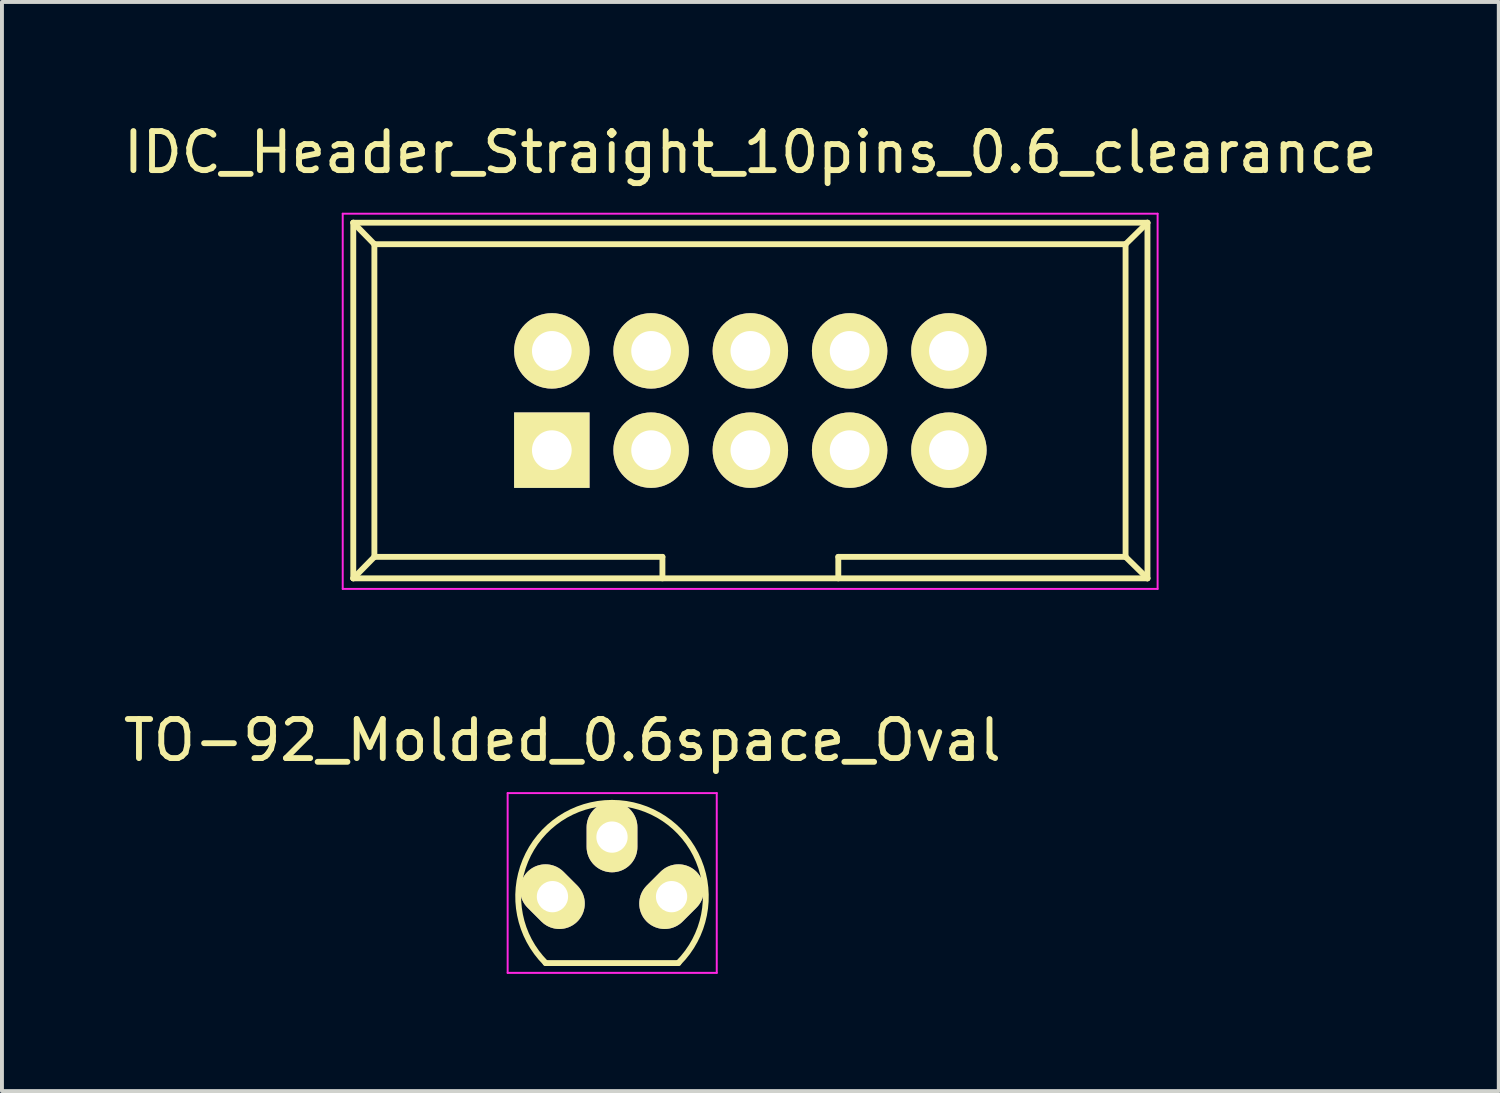
<source format=kicad_pcb>
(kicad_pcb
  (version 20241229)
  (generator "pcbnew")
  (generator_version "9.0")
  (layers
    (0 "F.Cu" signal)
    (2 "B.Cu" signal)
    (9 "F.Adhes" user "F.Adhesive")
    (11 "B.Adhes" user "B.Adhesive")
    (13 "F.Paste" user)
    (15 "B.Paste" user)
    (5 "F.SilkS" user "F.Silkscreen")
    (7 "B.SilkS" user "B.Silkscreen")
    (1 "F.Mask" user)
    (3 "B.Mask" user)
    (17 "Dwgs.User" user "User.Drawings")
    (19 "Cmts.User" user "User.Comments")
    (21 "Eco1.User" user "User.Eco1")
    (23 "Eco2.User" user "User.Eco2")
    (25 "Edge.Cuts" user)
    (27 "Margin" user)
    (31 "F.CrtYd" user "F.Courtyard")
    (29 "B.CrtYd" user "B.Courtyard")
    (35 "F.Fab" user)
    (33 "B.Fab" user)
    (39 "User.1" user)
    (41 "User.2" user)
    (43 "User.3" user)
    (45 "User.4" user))
  (footprint "TO-92_Molded_0.6space_Oval"
    (layer "F.Cu")
    (at 11.339 19.892)
    (property "Reference" "TO-92_Molded_0.6space_Oval" (at 0 -4 0) (layer "F.SilkS") (effects (font (size 1 1) (thickness 0.15))))
    (attr through_hole)
    (fp_line (start -0.43 1.7) (end 2.97 1.7) (stroke (width 0.15) (type solid)) (layer "F.SilkS"))
    (fp_arc (start -0.427056 1.697056) (mid -0.947311 -0.91844) (end 1.27 -2.4) (stroke (width 0.15) (type solid)) (layer "F.SilkS"))
    (fp_arc (start 1.27 -2.4) (mid 3.487311 -0.91844) (end 2.967056 1.697056) (stroke (width 0.15) (type solid)) (layer "F.SilkS"))
    (fp_line (start -1.4 -2.65) (end 3.95 -2.65) (stroke (width 0.05) (type solid)) (layer "F.CrtYd"))
    (fp_line (start -1.4 1.95) (end -1.4 -2.65) (stroke (width 0.05) (type solid)) (layer "F.CrtYd"))
    (fp_line (start -1.4 1.95) (end 3.95 1.95) (stroke (width 0.05) (type solid)) (layer "F.CrtYd"))
    (fp_line (start 3.95 1.95) (end 3.95 -2.65) (stroke (width 0.05) (type solid)) (layer "F.CrtYd"))
    (pad "1" thru_hole oval (at -0.254 0 45) (size 1.3 1.801) (drill 0.8) (layers "*.Cu" "*.Mask" "F.SilkS"))
    (pad "2" thru_hole oval (at 1.27 -1.524 90) (size 1.801 1.3) (drill 0.8) (layers "*.Cu" "*.Mask" "F.SilkS"))
    (pad "3" thru_hole oval (at 2.794 0 45) (size 1.801 1.3) (drill 0.8) (layers "*.Cu" "*.Mask" "F.SilkS")))
  (footprint "IDC_Header_Straight_10pins_0.6_clearance"
    (layer "F.Cu")
    (at 11.069 8.468)
    (property "Reference" "IDC_Header_Straight_10pins_0.6_clearance" (at 5.08 -7.62 0) (layer "F.SilkS") (effects (font (size 1 1) (thickness 0.15))))
    (attr through_hole)
    (fp_line (start -5.08 -5.82) (end -5.08 3.28) (stroke (width 0.15) (type solid)) (layer "F.SilkS"))
    (fp_line (start -5.08 -5.82) (end -4.54 -5.27) (stroke (width 0.15) (type solid)) (layer "F.SilkS"))
    (fp_line (start -5.08 -5.82) (end 15.24 -5.82) (stroke (width 0.15) (type solid)) (layer "F.SilkS"))
    (fp_line (start -5.08 3.28) (end -4.54 2.73) (stroke (width 0.15) (type solid)) (layer "F.SilkS"))
    (fp_line (start -5.08 3.28) (end 15.24 3.28) (stroke (width 0.15) (type solid)) (layer "F.SilkS"))
    (fp_line (start -4.54 -5.27) (end -4.54 2.73) (stroke (width 0.15) (type solid)) (layer "F.SilkS"))
    (fp_line (start -4.54 -5.27) (end 14.68 -5.27) (stroke (width 0.15) (type solid)) (layer "F.SilkS"))
    (fp_line (start -4.54 2.73) (end 2.83 2.73) (stroke (width 0.15) (type solid)) (layer "F.SilkS"))
    (fp_line (start 2.83 2.73) (end 2.83 3.28) (stroke (width 0.15) (type solid)) (layer "F.SilkS"))
    (fp_line (start 7.33 2.73) (end 7.33 3.28) (stroke (width 0.15) (type solid)) (layer "F.SilkS"))
    (fp_line (start 7.33 2.73) (end 14.68 2.73) (stroke (width 0.15) (type solid)) (layer "F.SilkS"))
    (fp_line (start 14.68 -5.27) (end 14.68 2.73) (stroke (width 0.15) (type solid)) (layer "F.SilkS"))
    (fp_line (start 15.24 -5.82) (end 14.68 -5.27) (stroke (width 0.15) (type solid)) (layer "F.SilkS"))
    (fp_line (start 15.24 -5.82) (end 15.24 3.28) (stroke (width 0.15) (type solid)) (layer "F.SilkS"))
    (fp_line (start 15.24 3.28) (end 14.68 2.73) (stroke (width 0.15) (type solid)) (layer "F.SilkS"))
    (fp_line (start -5.35 -6.05) (end 15.5 -6.05) (stroke (width 0.05) (type solid)) (layer "F.CrtYd"))
    (fp_line (start -5.35 3.55) (end -5.35 -6.05) (stroke (width 0.05) (type solid)) (layer "F.CrtYd"))
    (fp_line (start 15.5 -6.05) (end 15.5 3.55) (stroke (width 0.05) (type solid)) (layer "F.CrtYd"))
    (fp_line (start 15.5 3.55) (end -5.35 3.55) (stroke (width 0.05) (type solid)) (layer "F.CrtYd"))
    (pad "1" thru_hole rect (at 0 0) (size 1.93 1.93) (drill 1.016) (layers "*.Cu" "*.Mask" "F.SilkS"))
    (pad "2" thru_hole oval (at 0 -2.54) (size 1.93 1.93) (drill 1.016) (layers "*.Cu" "*.Mask" "F.SilkS"))
    (pad "3" thru_hole oval (at 2.54 0) (size 1.93 1.93) (drill 1.016) (layers "*.Cu" "*.Mask" "F.SilkS"))
    (pad "4" thru_hole oval (at 2.54 -2.54) (size 1.93 1.93) (drill 1.016) (layers "*.Cu" "*.Mask" "F.SilkS"))
    (pad "5" thru_hole oval (at 5.08 0) (size 1.93 1.93) (drill 1.016) (layers "*.Cu" "*.Mask" "F.SilkS"))
    (pad "6" thru_hole oval (at 5.08 -2.54) (size 1.93 1.93) (drill 1.016) (layers "*.Cu" "*.Mask" "F.SilkS"))
    (pad "7" thru_hole oval (at 7.62 0) (size 1.93 1.93) (drill 1.016) (layers "*.Cu" "*.Mask" "F.SilkS"))
    (pad "8" thru_hole oval (at 7.62 -2.54) (size 1.93 1.93) (drill 1.016) (layers "*.Cu" "*.Mask" "F.SilkS"))
    (pad "9" thru_hole oval (at 10.16 0) (size 1.93 1.93) (drill 1.016) (layers "*.Cu" "*.Mask" "F.SilkS"))
    (pad "10" thru_hole oval (at 10.16 -2.54) (size 1.93 1.93) (drill 1.016) (layers "*.Cu" "*.Mask" "F.SilkS")))
  (gr_rect
    (start -3 -3)
    (end 35.298 24.866)
    (stroke (width 0.1) (type default))
    (fill no)
    (layer "Edge.Cuts")))
</source>
